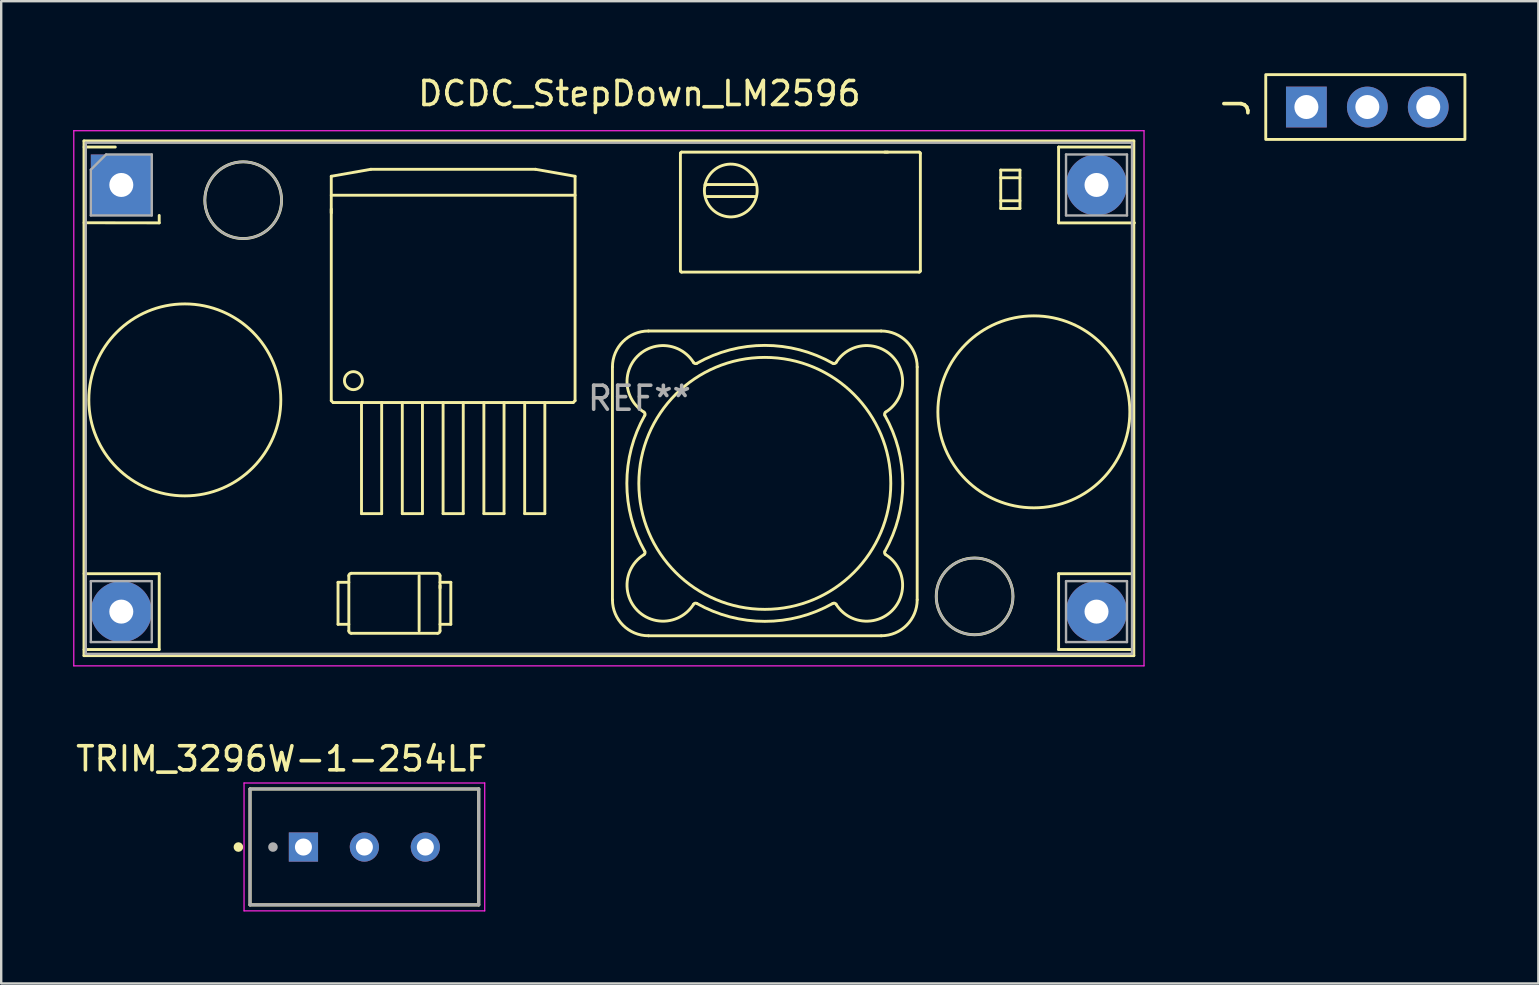
<source format=kicad_pcb>
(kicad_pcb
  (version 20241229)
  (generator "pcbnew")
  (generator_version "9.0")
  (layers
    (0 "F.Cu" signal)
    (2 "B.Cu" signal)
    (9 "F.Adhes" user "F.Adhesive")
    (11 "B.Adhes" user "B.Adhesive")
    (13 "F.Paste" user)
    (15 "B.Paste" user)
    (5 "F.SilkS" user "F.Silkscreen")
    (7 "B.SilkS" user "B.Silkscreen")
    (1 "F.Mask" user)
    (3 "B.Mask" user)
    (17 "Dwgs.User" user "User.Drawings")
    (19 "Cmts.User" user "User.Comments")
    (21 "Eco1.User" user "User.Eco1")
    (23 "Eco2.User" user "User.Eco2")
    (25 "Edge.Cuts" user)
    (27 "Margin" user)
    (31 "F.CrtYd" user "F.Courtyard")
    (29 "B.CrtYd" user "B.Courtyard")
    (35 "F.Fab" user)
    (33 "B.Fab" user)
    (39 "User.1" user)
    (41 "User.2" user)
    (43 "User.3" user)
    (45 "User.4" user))
  (footprint "J"
    (layer "F.Cu")
    (at 53.773 1.185)
    (property "Reference" "J" (at -5.275 0.225 90) (layer "F.SilkS") (effects (font (size 1 1) (thickness 0.15))))
    (attr through_hole)
    (fp_rect (start -4.075 -1.125) (end 4.225 1.575) (stroke (width 0.12) (type solid)) (fill no) (layer "F.SilkS"))
    (pad "1" thru_hole rect (at -2.382 0.225 90) (size 1.7 1.7) (drill 1) (layers "*.Cu" "*.Mask"))
    (pad "2" thru_hole oval (at 0.158 0.225 90) (size 1.7 1.7) (drill 1) (layers "*.Cu" "*.Mask"))
    (pad "3" thru_hole oval (at 2.697 0.225 90) (size 1.7 1.7) (drill 1) (layers "*.Cu" "*.Mask")))
  (footprint "TRIM_3296W-1-254LF"
    (layer "F.Cu")
    (at 12.135 32.249)
    (property "Reference" "TRIM_3296W-1-254LF" (at -3.45 -3.675 0) (layer "F.SilkS") (effects (font (size 1.004 1.004) (thickness 0.15))))
    (attr through_hole)
    (fp_line (start -4.765 -2.42) (end 4.765 -2.42) (stroke (width 0.127) (type solid)) (layer "F.SilkS"))
    (fp_line (start -4.765 2.41) (end -4.765 -2.42) (stroke (width 0.127) (type solid)) (layer "F.SilkS"))
    (fp_line (start 4.765 -2.42) (end 4.765 2.41) (stroke (width 0.127) (type solid)) (layer "F.SilkS"))
    (fp_line (start 4.765 2.41) (end -4.765 2.41) (stroke (width 0.127) (type solid)) (layer "F.SilkS"))
    (fp_circle (center -5.25 0) (end -5.15 0) (stroke (width 0.2) (type solid)) (fill no) (layer "F.SilkS"))
    (fp_line (start -5.015 -2.67) (end 5.015 -2.67) (stroke (width 0.05) (type solid)) (layer "F.CrtYd"))
    (fp_line (start -5.015 2.66) (end -5.015 -2.67) (stroke (width 0.05) (type solid)) (layer "F.CrtYd"))
    (fp_line (start 5.015 -2.67) (end 5.015 2.66) (stroke (width 0.05) (type solid)) (layer "F.CrtYd"))
    (fp_line (start 5.015 2.66) (end -5.015 2.66) (stroke (width 0.05) (type solid)) (layer "F.CrtYd"))
    (fp_line (start -4.765 -2.42) (end 4.765 -2.42) (stroke (width 0.127) (type solid)) (layer "F.Fab"))
    (fp_line (start -4.765 2.41) (end -4.765 -2.42) (stroke (width 0.127) (type solid)) (layer "F.Fab"))
    (fp_line (start 4.765 -2.42) (end 4.765 2.41) (stroke (width 0.127) (type solid)) (layer "F.Fab"))
    (fp_line (start 4.765 2.41) (end -4.765 2.41) (stroke (width 0.127) (type solid)) (layer "F.Fab"))
    (fp_circle (center -3.81 0) (end -3.71 0) (stroke (width 0.2) (type solid)) (fill no) (layer "F.Fab"))
    (pad "1" thru_hole rect (at -2.54 0) (size 1.218 1.218) (drill 0.71) (layers "*.Cu" "*.Mask"))
    (pad "2" thru_hole circle (at 0 0) (size 1.218 1.218) (drill 0.71) (layers "*.Cu" "*.Mask"))
    (pad "3" thru_hole circle (at 2.54 0) (size 1.218 1.218) (drill 0.71) (layers "*.Cu" "*.Mask")))
  (footprint "DCDC_StepDown_LM2596"
    (layer "F.Cu")
    (at 2.005 4.658)
    (property "Reference" "DCDC_StepDown_LM2596" (at 21.59 -3.81 0) (layer "F.SilkS") (effects (font (size 1 1) (thickness 0.15))))
    (attr through_hole)
    (fp_line (start -1.555 -1.835) (end -1.555 19.615) (stroke (width 0.12) (type solid)) (layer "F.SilkS"))
    (fp_line (start -1.555 19.615) (end 42.195 19.615) (stroke (width 0.12) (type solid)) (layer "F.SilkS"))
    (fp_line (start -1.55 -1.58) (end -0.25 -1.58) (stroke (width 0.12) (type solid)) (layer "F.SilkS"))
    (fp_line (start -1.55 1.575) (end 1.58 1.58) (stroke (width 0.12) (type solid)) (layer "F.SilkS"))
    (fp_line (start -1.55 16.2) (end 1.58 16.2) (stroke (width 0.12) (type solid)) (layer "F.SilkS"))
    (fp_line (start -1.55 19.36) (end 1.58 19.36) (stroke (width 0.12) (type solid)) (layer "F.SilkS"))
    (fp_line (start 1.58 1.27) (end 1.58 1.58) (stroke (width 0.12) (type solid)) (layer "F.SilkS"))
    (fp_line (start 1.58 16.2) (end 1.58 19.36) (stroke (width 0.12) (type solid)) (layer "F.SilkS"))
    (fp_line (start 8.749 1.004) (end 8.749 1.166) (stroke (width 0.12) (type solid)) (layer "F.SilkS"))
    (fp_line (start 8.75 -0.362) (end 10.4 -0.653) (stroke (width 0.12) (type solid)) (layer "F.SilkS"))
    (fp_line (start 8.75 8.989) (end 8.75 -0.362) (stroke (width 0.12) (type solid)) (layer "F.SilkS"))
    (fp_line (start 8.75 8.989) (end 8.828 9.067) (stroke (width 0.12) (type solid)) (layer "F.SilkS"))
    (fp_line (start 8.828 9.067) (end 18.833 9.067) (stroke (width 0.12) (type solid)) (layer "F.SilkS"))
    (fp_line (start 9.032 16.558) (end 9.482 16.558) (stroke (width 0.12) (type solid)) (layer "F.SilkS"))
    (fp_line (start 9.032 18.308) (end 9.032 16.558) (stroke (width 0.12) (type solid)) (layer "F.SilkS"))
    (fp_line (start 9.482 18.308) (end 9.032 18.308) (stroke (width 0.12) (type solid)) (layer "F.SilkS"))
    (fp_line (start 9.482 18.583) (end 9.482 16.283) (stroke (width 0.12) (type solid)) (layer "F.SilkS"))
    (fp_line (start 9.582 16.183) (end 13.182 16.183) (stroke (width 0.12) (type solid)) (layer "F.SilkS"))
    (fp_line (start 10.01 13.697) (end 10.01 9.067) (stroke (width 0.12) (type solid)) (layer "F.SilkS"))
    (fp_line (start 10.01 13.697) (end 10.85 13.697) (stroke (width 0.12) (type solid)) (layer "F.SilkS"))
    (fp_line (start 10.4 -0.653) (end 17.26 -0.653) (stroke (width 0.12) (type solid)) (layer "F.SilkS"))
    (fp_line (start 10.85 13.697) (end 10.85 9.067) (stroke (width 0.12) (type solid)) (layer "F.SilkS"))
    (fp_line (start 11.71 13.697) (end 11.71 9.067) (stroke (width 0.12) (type solid)) (layer "F.SilkS"))
    (fp_line (start 11.71 13.697) (end 12.55 13.697) (stroke (width 0.12) (type solid)) (layer "F.SilkS"))
    (fp_line (start 12.411 16.283) (end 12.411 18.583) (stroke (width 0.12) (type solid)) (layer "F.SilkS"))
    (fp_line (start 12.55 13.697) (end 12.55 9.067) (stroke (width 0.12) (type solid)) (layer "F.SilkS"))
    (fp_line (start 13.182 18.683) (end 9.582 18.683) (stroke (width 0.12) (type solid)) (layer "F.SilkS"))
    (fp_line (start 13.282 16.283) (end 13.282 18.583) (stroke (width 0.12) (type solid)) (layer "F.SilkS"))
    (fp_line (start 13.282 16.558) (end 13.732 16.558) (stroke (width 0.12) (type solid)) (layer "F.SilkS"))
    (fp_line (start 13.283 16.795) (end 13.283 16.7) (stroke (width 0.12) (type solid)) (layer "F.SilkS"))
    (fp_line (start 13.41 13.697) (end 13.41 9.067) (stroke (width 0.12) (type solid)) (layer "F.SilkS"))
    (fp_line (start 13.41 13.697) (end 14.25 13.697) (stroke (width 0.12) (type solid)) (layer "F.SilkS"))
    (fp_line (start 13.732 16.558) (end 13.732 18.308) (stroke (width 0.12) (type solid)) (layer "F.SilkS"))
    (fp_line (start 13.732 18.308) (end 13.282 18.308) (stroke (width 0.12) (type solid)) (layer "F.SilkS"))
    (fp_line (start 14.25 13.697) (end 14.25 9.067) (stroke (width 0.12) (type solid)) (layer "F.SilkS"))
    (fp_line (start 15.11 13.697) (end 15.11 9.067) (stroke (width 0.12) (type solid)) (layer "F.SilkS"))
    (fp_line (start 15.11 13.697) (end 15.95 13.697) (stroke (width 0.12) (type solid)) (layer "F.SilkS"))
    (fp_line (start 15.95 13.697) (end 15.95 9.067) (stroke (width 0.12) (type solid)) (layer "F.SilkS"))
    (fp_line (start 16.81 13.697) (end 16.81 9.067) (stroke (width 0.12) (type solid)) (layer "F.SilkS"))
    (fp_line (start 16.81 13.697) (end 17.65 13.697) (stroke (width 0.12) (type solid)) (layer "F.SilkS"))
    (fp_line (start 17.26 -0.653) (end 18.91 -0.362) (stroke (width 0.12) (type solid)) (layer "F.SilkS"))
    (fp_line (start 17.65 13.697) (end 17.65 9.067) (stroke (width 0.12) (type solid)) (layer "F.SilkS"))
    (fp_line (start 18.833 9.067) (end 18.91 8.989) (stroke (width 0.12) (type solid)) (layer "F.SilkS"))
    (fp_line (start 18.91 0.427) (end 8.75 0.427) (stroke (width 0.12) (type solid)) (layer "F.SilkS"))
    (fp_line (start 18.91 8.989) (end 18.91 -0.362) (stroke (width 0.12) (type solid)) (layer "F.SilkS"))
    (fp_line (start 20.467 7.586) (end 20.467 17.286) (stroke (width 0.12) (type solid)) (layer "F.SilkS"))
    (fp_line (start 21.967 18.786) (end 31.667 18.786) (stroke (width 0.12) (type solid)) (layer "F.SilkS"))
    (fp_line (start 23.3 3.582) (end 23.3 -1.318) (stroke (width 0.12) (type solid)) (layer "F.SilkS"))
    (fp_line (start 23.35 -1.368) (end 33.25 -1.368) (stroke (width 0.12) (type solid)) (layer "F.SilkS"))
    (fp_line (start 24.336 -0.049) (end 24.361 -0.018) (stroke (width 0.12) (type solid)) (layer "F.SilkS"))
    (fp_line (start 24.349 0.007) (end 24.324 0.002) (stroke (width 0.12) (type solid)) (layer "F.SilkS"))
    (fp_line (start 24.349 0.007) (end 24.356 -0.024) (stroke (width 0.12) (type solid)) (layer "F.SilkS"))
    (fp_line (start 24.349 0.007) (end 24.361 -0.018) (stroke (width 0.12) (type solid)) (layer "F.SilkS"))
    (fp_line (start 24.361 0.482) (end 26.439 0.482) (stroke (width 0.12) (type solid)) (layer "F.SilkS"))
    (fp_line (start 26.439 -0.018) (end 24.361 -0.018) (stroke (width 0.12) (type solid)) (layer "F.SilkS"))
    (fp_line (start 31.667 6.086) (end 21.967 6.086) (stroke (width 0.12) (type solid)) (layer "F.SilkS"))
    (fp_line (start 31.859 -1.369) (end 31.814 -1.369) (stroke (width 0.12) (type solid)) (layer "F.SilkS"))
    (fp_line (start 31.942 -1.369) (end 31.908 -1.369) (stroke (width 0.12) (type solid)) (layer "F.SilkS"))
    (fp_line (start 33.167 17.286) (end 33.167 7.586) (stroke (width 0.12) (type solid)) (layer "F.SilkS"))
    (fp_line (start 33.25 3.632) (end 23.35 3.632) (stroke (width 0.12) (type solid)) (layer "F.SilkS"))
    (fp_line (start 33.3 -1.318) (end 33.3 3.582) (stroke (width 0.12) (type solid)) (layer "F.SilkS"))
    (fp_line (start 36.649 -0.3) (end 37.449 -0.3) (stroke (width 0.12) (type solid)) (layer "F.SilkS"))
    (fp_line (start 36.649 0.98) (end 36.649 -0.62) (stroke (width 0.12) (type solid)) (layer "F.SilkS"))
    (fp_line (start 37.449 -0.62) (end 36.649 -0.62) (stroke (width 0.12) (type solid)) (layer "F.SilkS"))
    (fp_line (start 37.449 -0.62) (end 37.449 0.98) (stroke (width 0.12) (type solid)) (layer "F.SilkS"))
    (fp_line (start 37.449 0.66) (end 36.649 0.66) (stroke (width 0.12) (type solid)) (layer "F.SilkS"))
    (fp_line (start 37.449 0.98) (end 36.649 0.98) (stroke (width 0.12) (type solid)) (layer "F.SilkS"))
    (fp_line (start 39.06 -1.58) (end 42.175 -1.58) (stroke (width 0.12) (type solid)) (layer "F.SilkS"))
    (fp_line (start 39.06 1.58) (end 39.06 -1.58) (stroke (width 0.12) (type solid)) (layer "F.SilkS"))
    (fp_line (start 39.06 1.58) (end 42.22 1.58) (stroke (width 0.12) (type solid)) (layer "F.SilkS"))
    (fp_line (start 39.06 16.2) (end 42.175 16.2) (stroke (width 0.12) (type solid)) (layer "F.SilkS"))
    (fp_line (start 39.06 19.36) (end 39.06 16.2) (stroke (width 0.12) (type solid)) (layer "F.SilkS"))
    (fp_line (start 39.06 19.36) (end 42.175 19.36) (stroke (width 0.12) (type solid)) (layer "F.SilkS"))
    (fp_line (start 42.195 -1.835) (end -1.555 -1.835) (stroke (width 0.12) (type solid)) (layer "F.SilkS"))
    (fp_line (start 42.195 19.615) (end 42.195 -1.835) (stroke (width 0.12) (type solid)) (layer "F.SilkS"))
    (fp_arc (start 9.481636 16.283217) (mid 9.510925 16.212506) (end 9.581636 16.183217) (stroke (width 0.12) (type solid)) (layer "F.SilkS"))
    (fp_arc (start 9.581636 18.683217) (mid 9.510925 18.653928) (end 9.481636 18.583217) (stroke (width 0.12) (type solid)) (layer "F.SilkS"))
    (fp_arc (start 13.181636 16.183217) (mid 13.252347 16.212506) (end 13.281636 16.283217) (stroke (width 0.12) (type solid)) (layer "F.SilkS"))
    (fp_arc (start 13.281636 18.583217) (mid 13.252347 18.653928) (end 13.181636 18.683217) (stroke (width 0.12) (type solid)) (layer "F.SilkS"))
    (fp_arc (start 20.467397 7.585796) (mid 20.906737 6.525136) (end 21.967397 6.085796) (stroke (width 0.12) (type solid)) (layer "F.SilkS"))
    (fp_arc (start 21.781131 9.46601) (mid 21.825145 9.526245) (end 21.815218 9.600183) (stroke (width 0.12) (type solid)) (layer "F.SilkS"))
    (fp_arc (start 21.781132 9.466011) (mid 21.514096 7.132496) (end 23.847611 7.399531) (stroke (width 0.12) (type solid)) (layer "F.SilkS"))
    (fp_arc (start 21.815217 15.271409) (mid 21.825145 15.345347) (end 21.781132 15.405582) (stroke (width 0.12) (type solid)) (layer "F.SilkS"))
    (fp_arc (start 21.815218 15.27141) (mid 21.067397 12.435796) (end 21.815218 9.600183) (stroke (width 0.12) (type solid)) (layer "F.SilkS"))
    (fp_arc (start 21.967397 18.785796) (mid 20.906737 18.346456) (end 20.467397 17.285796) (stroke (width 0.12) (type solid)) (layer "F.SilkS"))
    (fp_arc (start 23.299783 -1.317705) (mid 23.314428 -1.35306) (end 23.349783 -1.367705) (stroke (width 0.12) (type solid)) (layer "F.SilkS"))
    (fp_arc (start 23.349783 3.632294) (mid 23.314428 3.617649) (end 23.299783 3.582294) (stroke (width 0.12) (type solid)) (layer "F.SilkS"))
    (fp_arc (start 23.847611 17.472062) (mid 21.514095 17.739097) (end 21.781132 15.405582) (stroke (width 0.12) (type solid)) (layer "F.SilkS"))
    (fp_arc (start 23.847611 17.472062) (mid 23.907845 17.428049) (end 23.981783 17.437976) (stroke (width 0.12) (type solid)) (layer "F.SilkS"))
    (fp_arc (start 23.981783 7.433617) (mid 23.907845 7.443544) (end 23.847611 7.399531) (stroke (width 0.12) (type solid)) (layer "F.SilkS"))
    (fp_arc (start 23.981784 7.433617) (mid 26.817397 6.685796) (end 29.653011 7.433617) (stroke (width 0.12) (type solid)) (layer "F.SilkS"))
    (fp_arc (start 24.324148 0.462527) (mid 26.469605 -0.023594) (end 24.336385 0.51369) (stroke (width 0.12) (type solid)) (layer "F.SilkS"))
    (fp_arc (start 29.653011 17.437976) (mid 26.817397 18.185797) (end 23.981783 17.437976) (stroke (width 0.12) (type solid)) (layer "F.SilkS"))
    (fp_arc (start 29.653011 17.437976) (mid 29.726949 17.428049) (end 29.787183 17.472062) (stroke (width 0.12) (type solid)) (layer "F.SilkS"))
    (fp_arc (start 29.787183 7.399531) (mid 29.726949 7.443544) (end 29.653011 7.433617) (stroke (width 0.12) (type solid)) (layer "F.SilkS"))
    (fp_arc (start 29.787183 7.399531) (mid 32.120699 7.132496) (end 31.853662 9.466011) (stroke (width 0.12) (type solid)) (layer "F.SilkS"))
    (fp_arc (start 31.667397 6.085796) (mid 32.728057 6.525136) (end 33.167397 7.585796) (stroke (width 0.12) (type solid)) (layer "F.SilkS"))
    (fp_arc (start 31.819576 9.600183) (mid 32.567397 12.435796) (end 31.819576 15.27141) (stroke (width 0.12) (type solid)) (layer "F.SilkS"))
    (fp_arc (start 31.819577 9.600184) (mid 31.809649 9.526246) (end 31.853662 9.466011) (stroke (width 0.12) (type solid)) (layer "F.SilkS"))
    (fp_arc (start 31.853662 15.405582) (mid 32.120698 17.739097) (end 29.787183 17.472062) (stroke (width 0.12) (type solid)) (layer "F.SilkS"))
    (fp_arc (start 31.853663 15.405583) (mid 31.809649 15.345348) (end 31.819576 15.27141) (stroke (width 0.12) (type solid)) (layer "F.SilkS"))
    (fp_arc (start 33.167397 17.285796) (mid 32.728057 18.346456) (end 31.667397 18.785796) (stroke (width 0.12) (type solid)) (layer "F.SilkS"))
    (fp_arc (start 33.249783 -1.367705) (mid 33.285138 -1.35306) (end 33.299783 -1.317705) (stroke (width 0.12) (type solid)) (layer "F.SilkS"))
    (fp_arc (start 33.299783 3.582294) (mid 33.285138 3.617649) (end 33.249783 3.632294) (stroke (width 0.12) (type solid)) (layer "F.SilkS"))
    (fp_circle (center 2.647 8.957) (end 6.647 8.957) (stroke (width 0.12) (type solid)) (fill no) (layer "F.SilkS"))
    (fp_circle (center 5.08 0.635) (end 6.679 0.635) (stroke (width 0.12) (type solid)) (fill no) (layer "F.SilkS"))
    (fp_circle (center 9.673 8.155) (end 10.048 8.155) (stroke (width 0.12) (type solid)) (fill no) (layer "F.SilkS"))
    (fp_circle (center 26.817 12.436) (end 32.067 12.436) (stroke (width 0.12) (type solid)) (fill no) (layer "F.SilkS"))
    (fp_circle (center 35.56 17.145) (end 37.159 17.145) (stroke (width 0.12) (type solid)) (fill no) (layer "F.SilkS"))
    (fp_circle (center 38.029 9.455) (end 42.029 9.455) (stroke (width 0.12) (type solid)) (fill no) (layer "F.SilkS"))
    (fp_line (start -1.98 -2.26) (end 42.62 -2.26) (stroke (width 0.05) (type solid)) (layer "F.CrtYd"))
    (fp_line (start -1.98 20.04) (end -1.98 -2.26) (stroke (width 0.05) (type solid)) (layer "F.CrtYd"))
    (fp_line (start 42.62 -2.26) (end 42.62 20.04) (stroke (width 0.05) (type solid)) (layer "F.CrtYd"))
    (fp_line (start 42.62 20.04) (end -1.98 20.04) (stroke (width 0.05) (type solid)) (layer "F.CrtYd"))
    (fp_line (start -1.48 -1.76) (end -1.48 19.54) (stroke (width 0.1) (type solid)) (layer "F.Fab"))
    (fp_line (start -1.48 19.54) (end 42.12 19.54) (stroke (width 0.1) (type solid)) (layer "F.Fab"))
    (fp_line (start -1.27 -0.635) (end -0.635 -1.27) (stroke (width 0.1) (type solid)) (layer "F.Fab"))
    (fp_line (start -1.27 1.27) (end -1.27 -0.635) (stroke (width 0.1) (type solid)) (layer "F.Fab"))
    (fp_line (start -1.27 16.51) (end 1.27 16.51) (stroke (width 0.1) (type solid)) (layer "F.Fab"))
    (fp_line (start -1.27 19.05) (end -1.27 16.51) (stroke (width 0.1) (type solid)) (layer "F.Fab"))
    (fp_line (start -0.635 -1.27) (end 1.27 -1.27) (stroke (width 0.1) (type solid)) (layer "F.Fab"))
    (fp_line (start 1.27 -1.27) (end 1.27 1.27) (stroke (width 0.1) (type solid)) (layer "F.Fab"))
    (fp_line (start 1.27 1.27) (end -1.27 1.27) (stroke (width 0.1) (type solid)) (layer "F.Fab"))
    (fp_line (start 1.27 16.51) (end 1.27 19.05) (stroke (width 0.1) (type solid)) (layer "F.Fab"))
    (fp_line (start 1.27 19.05) (end -1.27 19.05) (stroke (width 0.1) (type solid)) (layer "F.Fab"))
    (fp_line (start 39.37 -1.27) (end 41.91 -1.27) (stroke (width 0.1) (type solid)) (layer "F.Fab"))
    (fp_line (start 39.37 1.27) (end 39.37 -1.27) (stroke (width 0.1) (type solid)) (layer "F.Fab"))
    (fp_line (start 39.37 16.51) (end 41.91 16.51) (stroke (width 0.1) (type solid)) (layer "F.Fab"))
    (fp_line (start 39.37 19.05) (end 39.37 16.51) (stroke (width 0.1) (type solid)) (layer "F.Fab"))
    (fp_line (start 41.91 -1.27) (end 41.91 1.27) (stroke (width 0.1) (type solid)) (layer "F.Fab"))
    (fp_line (start 41.91 1.27) (end 39.37 1.27) (stroke (width 0.1) (type solid)) (layer "F.Fab"))
    (fp_line (start 41.91 16.51) (end 41.91 19.05) (stroke (width 0.1) (type solid)) (layer "F.Fab"))
    (fp_line (start 41.91 19.05) (end 39.37 19.05) (stroke (width 0.1) (type solid)) (layer "F.Fab"))
    (fp_line (start 42.12 -1.76) (end -1.48 -1.76) (stroke (width 0.1) (type solid)) (layer "F.Fab"))
    (fp_line (start 42.12 19.54) (end 42.12 -1.76) (stroke (width 0.1) (type solid)) (layer "F.Fab"))
    (fp_circle (center 5.08 0.635) (end 6.679 0.635) (stroke (width 0.1) (type solid)) (fill no) (layer "F.Fab"))
    (fp_circle (center 35.56 17.145) (end 37.159 17.145) (stroke (width 0.1) (type solid)) (fill no) (layer "F.Fab"))
    (fp_text user "REF**" (at 21.59 8.89 0) (layer "F.Fab") (effects (font (size 1 1) (thickness 0.15))))
    (pad "1" thru_hole rect (at 0 0) (size 2.54 2.54) (drill 1) (layers "*.Cu" "*.Mask"))
    (pad "2" thru_hole circle (at 0 17.78) (size 2.54 2.54) (drill 1) (layers "*.Cu" "*.Mask"))
    (pad "3" thru_hole circle (at 40.64 17.78) (size 2.54 2.54) (drill 1) (layers "*.Cu" "*.Mask"))
    (pad "4" thru_hole circle (at 40.64 0) (size 2.54 2.54) (drill 1) (layers "*.Cu" "*.Mask")))
  (gr_rect
    (start -3 -3)
    (end 61.058 37.934)
    (stroke (width 0.1) (type default))
    (fill no)
    (layer "Edge.Cuts")))
</source>
